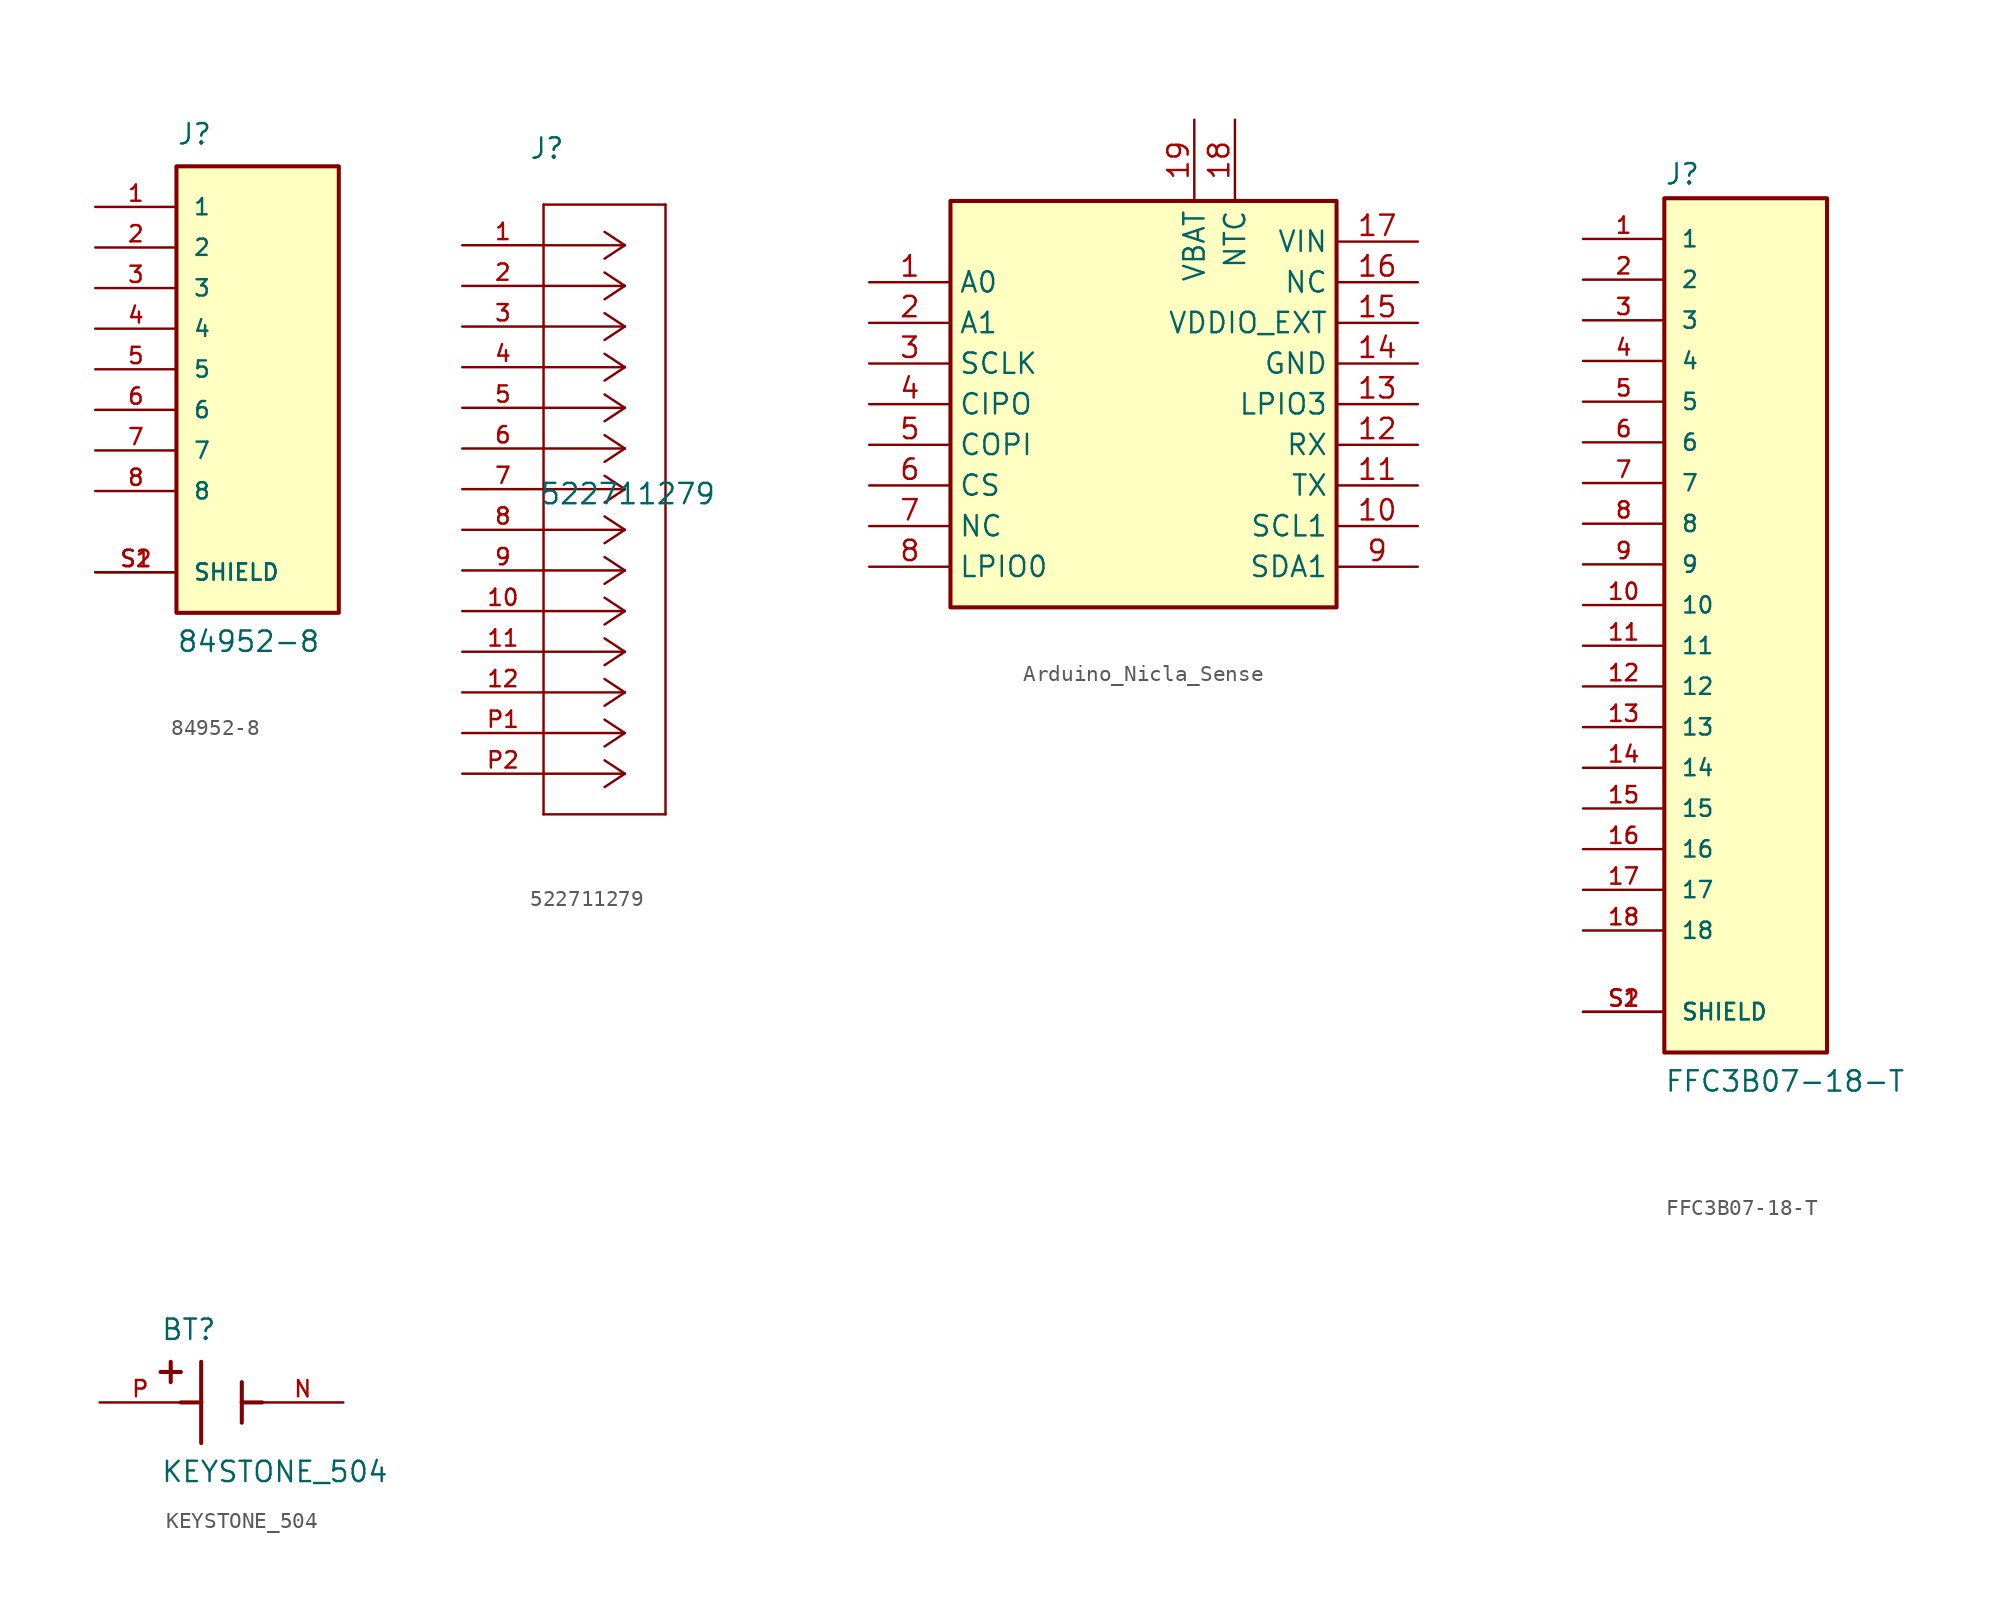
<source format=kicad_sym>
(kicad_symbol_lib
  (version 20241209)
  (generator "kicad_symbol_editor")
  (generator_version "9.0")
  (symbol "84952-8"
    (pin_names
      (offset 1.016))
    (property "Reference" "J"
      (at -5.08 13.97 0)
      (effects (font (size 1.27 1.27)) (justify left bottom)))
    (property "Value" "84952-8"
      (at -5.08 -17.78 0)
      (effects (font (size 1.27 1.27)) (justify left bottom)))
    (symbol "84952-8_0_0"
      (rectangle (start -5.08 -15.24) (end 5.08 12.7) (stroke (width 0.254) (type default)) (fill (type background)))
      (pin passive line (at -10.16 10.16 0) (length 5.08) (name "1" (effects (font (size 1.016 1.016)))) (number "1" (effects (font (size 1.016 1.016)))))
      (pin passive line (at -10.16 7.62 0) (length 5.08) (name "2" (effects (font (size 1.016 1.016)))) (number "2" (effects (font (size 1.016 1.016)))))
      (pin passive line (at -10.16 5.08 0) (length 5.08) (name "3" (effects (font (size 1.016 1.016)))) (number "3" (effects (font (size 1.016 1.016)))))
      (pin passive line (at -10.16 2.54 0) (length 5.08) (name "4" (effects (font (size 1.016 1.016)))) (number "4" (effects (font (size 1.016 1.016)))))
      (pin passive line (at -10.16 0 0) (length 5.08) (name "5" (effects (font (size 1.016 1.016)))) (number "5" (effects (font (size 1.016 1.016)))))
      (pin passive line (at -10.16 -2.54 0) (length 5.08) (name "6" (effects (font (size 1.016 1.016)))) (number "6" (effects (font (size 1.016 1.016)))))
      (pin passive line (at -10.16 -5.08 0) (length 5.08) (name "7" (effects (font (size 1.016 1.016)))) (number "7" (effects (font (size 1.016 1.016)))))
      (pin passive line (at -10.16 -7.62 0) (length 5.08) (name "8" (effects (font (size 1.016 1.016)))) (number "8" (effects (font (size 1.016 1.016)))))
      (pin passive line (at -10.16 -12.7 0) (length 5.08) (name "SHIELD" (effects (font (size 1.016 1.016)))) (number "S1" (effects (font (size 1.016 1.016)))))
      (pin passive line (at -10.16 -12.7 0) (length 5.08) (name "SHIELD" (effects (font (size 1.016 1.016)))) (number "S2" (effects (font (size 1.016 1.016)))))))
  (symbol "522711279"
    (pin_names
      (offset 1.016))
    (property "Reference" "J"
      (at 4.166 5.309 0)
      (effects (font (size 1.27 1.27)) (justify left bottom)))
    (property "Value" "522711279"
      (at 4.801 -16.281 0)
      (effects (font (size 1.27 1.27)) (justify left bottom)))
    (symbol "522711279_0_0"
      (polyline (pts (xy 5.08 2.54) (xy 5.08 -35.56)) (stroke (width 0.152) (type default)) (fill (type none)))
      (polyline (pts (xy 5.08 -35.56) (xy 12.7 -35.56)) (stroke (width 0.152) (type default)) (fill (type none)))
      (polyline (pts (xy 10.16 0) (xy 5.08 0)) (stroke (width 0.152) (type default)) (fill (type none)))
      (polyline (pts (xy 10.16 0) (xy 8.89 0.838)) (stroke (width 0.152) (type default)) (fill (type none)))
      (polyline (pts (xy 10.16 0) (xy 8.89 -0.838)) (stroke (width 0.152) (type default)) (fill (type none)))
      (polyline (pts (xy 10.16 -2.54) (xy 5.08 -2.54)) (stroke (width 0.152) (type default)) (fill (type none)))
      (polyline (pts (xy 10.16 -2.54) (xy 8.89 -1.702)) (stroke (width 0.152) (type default)) (fill (type none)))
      (polyline (pts (xy 10.16 -2.54) (xy 8.89 -3.378)) (stroke (width 0.152) (type default)) (fill (type none)))
      (polyline (pts (xy 10.16 -5.08) (xy 5.08 -5.08)) (stroke (width 0.152) (type default)) (fill (type none)))
      (polyline (pts (xy 10.16 -5.08) (xy 8.89 -4.242)) (stroke (width 0.152) (type default)) (fill (type none)))
      (polyline (pts (xy 10.16 -5.08) (xy 8.89 -5.918)) (stroke (width 0.152) (type default)) (fill (type none)))
      (polyline (pts (xy 10.16 -7.62) (xy 5.08 -7.62)) (stroke (width 0.152) (type default)) (fill (type none)))
      (polyline (pts (xy 10.16 -7.62) (xy 8.89 -6.782)) (stroke (width 0.152) (type default)) (fill (type none)))
      (polyline (pts (xy 10.16 -7.62) (xy 8.89 -8.458)) (stroke (width 0.152) (type default)) (fill (type none)))
      (polyline (pts (xy 10.16 -10.16) (xy 5.08 -10.16)) (stroke (width 0.152) (type default)) (fill (type none)))
      (polyline (pts (xy 10.16 -10.16) (xy 8.89 -9.322)) (stroke (width 0.152) (type default)) (fill (type none)))
      (polyline (pts (xy 10.16 -10.16) (xy 8.89 -10.998)) (stroke (width 0.152) (type default)) (fill (type none)))
      (polyline (pts (xy 10.16 -12.7) (xy 5.08 -12.7)) (stroke (width 0.152) (type default)) (fill (type none)))
      (polyline (pts (xy 10.16 -12.7) (xy 8.89 -11.862)) (stroke (width 0.152) (type default)) (fill (type none)))
      (polyline (pts (xy 10.16 -12.7) (xy 8.89 -13.538)) (stroke (width 0.152) (type default)) (fill (type none)))
      (polyline (pts (xy 10.16 -15.24) (xy 5.08 -15.24)) (stroke (width 0.152) (type default)) (fill (type none)))
      (polyline (pts (xy 10.16 -15.24) (xy 8.89 -14.402)) (stroke (width 0.152) (type default)) (fill (type none)))
      (polyline (pts (xy 10.16 -15.24) (xy 8.89 -16.078)) (stroke (width 0.152) (type default)) (fill (type none)))
      (polyline (pts (xy 10.16 -17.78) (xy 5.08 -17.78)) (stroke (width 0.152) (type default)) (fill (type none)))
      (polyline (pts (xy 10.16 -17.78) (xy 8.89 -16.942)) (stroke (width 0.152) (type default)) (fill (type none)))
      (polyline (pts (xy 10.16 -17.78) (xy 8.89 -18.618)) (stroke (width 0.152) (type default)) (fill (type none)))
      (polyline (pts (xy 10.16 -20.32) (xy 5.08 -20.32)) (stroke (width 0.152) (type default)) (fill (type none)))
      (polyline (pts (xy 10.16 -20.32) (xy 8.89 -19.482)) (stroke (width 0.152) (type default)) (fill (type none)))
      (polyline (pts (xy 10.16 -20.32) (xy 8.89 -21.158)) (stroke (width 0.152) (type default)) (fill (type none)))
      (polyline (pts (xy 10.16 -22.86) (xy 5.08 -22.86)) (stroke (width 0.152) (type default)) (fill (type none)))
      (polyline (pts (xy 10.16 -22.86) (xy 8.89 -22.022)) (stroke (width 0.152) (type default)) (fill (type none)))
      (polyline (pts (xy 10.16 -22.86) (xy 8.89 -23.698)) (stroke (width 0.152) (type default)) (fill (type none)))
      (polyline (pts (xy 10.16 -25.4) (xy 5.08 -25.4)) (stroke (width 0.152) (type default)) (fill (type none)))
      (polyline (pts (xy 10.16 -25.4) (xy 8.89 -24.562)) (stroke (width 0.152) (type default)) (fill (type none)))
      (polyline (pts (xy 10.16 -25.4) (xy 8.89 -26.238)) (stroke (width 0.152) (type default)) (fill (type none)))
      (polyline (pts (xy 10.16 -27.94) (xy 5.08 -27.94)) (stroke (width 0.152) (type default)) (fill (type none)))
      (polyline (pts (xy 10.16 -27.94) (xy 8.89 -27.102)) (stroke (width 0.152) (type default)) (fill (type none)))
      (polyline (pts (xy 10.16 -27.94) (xy 8.89 -28.778)) (stroke (width 0.152) (type default)) (fill (type none)))
      (polyline (pts (xy 10.16 -30.48) (xy 5.08 -30.48)) (stroke (width 0.152) (type default)) (fill (type none)))
      (polyline (pts (xy 10.16 -30.48) (xy 8.89 -29.642)) (stroke (width 0.152) (type default)) (fill (type none)))
      (polyline (pts (xy 10.16 -30.48) (xy 8.89 -31.318)) (stroke (width 0.152) (type default)) (fill (type none)))
      (polyline (pts (xy 10.16 -33.02) (xy 5.08 -33.02)) (stroke (width 0.152) (type default)) (fill (type none)))
      (polyline (pts (xy 10.16 -33.02) (xy 8.89 -32.182)) (stroke (width 0.152) (type default)) (fill (type none)))
      (polyline (pts (xy 10.16 -33.02) (xy 8.89 -33.858)) (stroke (width 0.152) (type default)) (fill (type none)))
      (polyline (pts (xy 12.7 2.54) (xy 5.08 2.54)) (stroke (width 0.152) (type default)) (fill (type none)))
      (polyline (pts (xy 12.7 -35.56) (xy 12.7 2.54)) (stroke (width 0.152) (type default)) (fill (type none)))
      (pin passive line (at 0 0 0) (length 5.08) (name "~" (effects (font (size 1.016 1.016)))) (number "1" (effects (font (size 1.016 1.016)))))
      (pin passive line (at 0 -2.54 0) (length 5.08) (name "~" (effects (font (size 1.016 1.016)))) (number "2" (effects (font (size 1.016 1.016)))))
      (pin passive line (at 0 -5.08 0) (length 5.08) (name "~" (effects (font (size 1.016 1.016)))) (number "3" (effects (font (size 1.016 1.016)))))
      (pin passive line (at 0 -7.62 0) (length 5.08) (name "~" (effects (font (size 1.016 1.016)))) (number "4" (effects (font (size 1.016 1.016)))))
      (pin passive line (at 0 -10.16 0) (length 5.08) (name "~" (effects (font (size 1.016 1.016)))) (number "5" (effects (font (size 1.016 1.016)))))
      (pin passive line (at 0 -12.7 0) (length 5.08) (name "~" (effects (font (size 1.016 1.016)))) (number "6" (effects (font (size 1.016 1.016)))))
      (pin passive line (at 0 -15.24 0) (length 5.08) (name "~" (effects (font (size 1.016 1.016)))) (number "7" (effects (font (size 1.016 1.016)))))
      (pin passive line (at 0 -17.78 0) (length 5.08) (name "~" (effects (font (size 1.016 1.016)))) (number "8" (effects (font (size 1.016 1.016)))))
      (pin passive line (at 0 -20.32 0) (length 5.08) (name "~" (effects (font (size 1.016 1.016)))) (number "9" (effects (font (size 1.016 1.016)))))
      (pin passive line (at 0 -22.86 0) (length 5.08) (name "~" (effects (font (size 1.016 1.016)))) (number "10" (effects (font (size 1.016 1.016)))))
      (pin passive line (at 0 -25.4 0) (length 5.08) (name "~" (effects (font (size 1.016 1.016)))) (number "11" (effects (font (size 1.016 1.016)))))
      (pin passive line (at 0 -27.94 0) (length 5.08) (name "~" (effects (font (size 1.016 1.016)))) (number "12" (effects (font (size 1.016 1.016)))))
      (pin passive line (at 0 -30.48 0) (length 5.08) (name "~" (effects (font (size 1.016 1.016)))) (number "P1" (effects (font (size 1.016 1.016)))))
      (pin passive line (at 0 -33.02 0) (length 5.08) (name "~" (effects (font (size 1.016 1.016)))) (number "P2" (effects (font (size 1.016 1.016)))))))
  (symbol "Arduino_Nicla_Sense"
    (property "Reference" "U"
      (at 3.556 -2.54 0)
      (effects (font (size 1.27 1.27)) (hide yes)))
    (property "Value" ""
      (at 0 0 0)
      (effects (font (size 1.27 1.27))))
    (symbol "Arduino_Nicla_Sense_0_1"
      (rectangle (start -7.62 10.16) (end 16.51 -15.24) (stroke (width 0.254) (type default)) (fill (type background))))
    (symbol "Arduino_Nicla_Sense_1_1"
      (pin input line (at -12.7 5.08 0) (length 5.08) (name "A0" (effects (font (size 1.27 1.27)))) (number "1" (effects (font (size 1.27 1.27)))))
      (pin input line (at -12.7 2.54 0) (length 5.08) (name "A1" (effects (font (size 1.27 1.27)))) (number "2" (effects (font (size 1.27 1.27)))))
      (pin input line (at -12.7 0 0) (length 5.08) (name "SCLK" (effects (font (size 1.27 1.27)))) (number "3" (effects (font (size 1.27 1.27)))))
      (pin input line (at -12.7 -2.54 0) (length 5.08) (name "CIPO" (effects (font (size 1.27 1.27)))) (number "4" (effects (font (size 1.27 1.27)))))
      (pin input line (at -12.7 -5.08 0) (length 5.08) (name "COPI" (effects (font (size 1.27 1.27)))) (number "5" (effects (font (size 1.27 1.27)))))
      (pin input line (at -12.7 -7.62 0) (length 5.08) (name "CS" (effects (font (size 1.27 1.27)))) (number "6" (effects (font (size 1.27 1.27)))))
      (pin input line (at -12.7 -10.16 0) (length 5.08) (name "NC" (effects (font (size 1.27 1.27)))) (number "7" (effects (font (size 1.27 1.27)))))
      (pin input line (at -12.7 -12.7 0) (length 5.08) (name "LPIO0" (effects (font (size 1.27 1.27)))) (number "8" (effects (font (size 1.27 1.27)))))
      (pin input line (at 7.62 15.24 270) (length 5.08) (name "VBAT" (effects (font (size 1.27 1.27)))) (number "19" (effects (font (size 1.27 1.27)))))
      (pin input line (at 10.16 15.24 270) (length 5.08) (name "NTC" (effects (font (size 1.27 1.27)))) (number "18" (effects (font (size 1.27 1.27)))))
      (pin input line (at 21.59 7.62 180) (length 5.08) (name "VIN" (effects (font (size 1.27 1.27)))) (number "17" (effects (font (size 1.27 1.27)))))
      (pin input line (at 21.59 5.08 180) (length 5.08) (name "NC" (effects (font (size 1.27 1.27)))) (number "16" (effects (font (size 1.27 1.27)))))
      (pin input line (at 21.59 2.54 180) (length 5.08) (name "VDDIO_EXT" (effects (font (size 1.27 1.27)))) (number "15" (effects (font (size 1.27 1.27)))))
      (pin input line (at 21.59 0 180) (length 5.08) (name "GND" (effects (font (size 1.27 1.27)))) (number "14" (effects (font (size 1.27 1.27)))))
      (pin input line (at 21.59 -2.54 180) (length 5.08) (name "LPIO3" (effects (font (size 1.27 1.27)))) (number "13" (effects (font (size 1.27 1.27)))))
      (pin input line (at 21.59 -5.08 180) (length 5.08) (name "RX" (effects (font (size 1.27 1.27)))) (number "12" (effects (font (size 1.27 1.27)))))
      (pin input line (at 21.59 -7.62 180) (length 5.08) (name "TX" (effects (font (size 1.27 1.27)))) (number "11" (effects (font (size 1.27 1.27)))))
      (pin input line (at 21.59 -10.16 180) (length 5.08) (name "SCL1" (effects (font (size 1.27 1.27)))) (number "10" (effects (font (size 1.27 1.27)))))
      (pin input line (at 21.59 -12.7 180) (length 5.08) (name "SDA1" (effects (font (size 1.27 1.27)))) (number "9" (effects (font (size 1.27 1.27)))))))
  (symbol "FFC3B07-18-T"
    (pin_names
      (offset 1.016))
    (property "Reference" "J"
      (at -5.08 26.162 0)
      (effects (font (size 1.27 1.27)) (justify left bottom)))
    (property "Value" "FFC3B07-18-T"
      (at -5.08 -30.48 0)
      (effects (font (size 1.27 1.27)) (justify left bottom)))
    (symbol "FFC3B07-18-T_0_0"
      (rectangle (start -5.08 -27.94) (end 5.08 25.4) (stroke (width 0.254) (type default)) (fill (type background)))
      (pin passive line (at -10.16 22.86 0) (length 5.08) (name "1" (effects (font (size 1.016 1.016)))) (number "1" (effects (font (size 1.016 1.016)))))
      (pin passive line (at -10.16 20.32 0) (length 5.08) (name "2" (effects (font (size 1.016 1.016)))) (number "2" (effects (font (size 1.016 1.016)))))
      (pin passive line (at -10.16 17.78 0) (length 5.08) (name "3" (effects (font (size 1.016 1.016)))) (number "3" (effects (font (size 1.016 1.016)))))
      (pin passive line (at -10.16 15.24 0) (length 5.08) (name "4" (effects (font (size 1.016 1.016)))) (number "4" (effects (font (size 1.016 1.016)))))
      (pin passive line (at -10.16 12.7 0) (length 5.08) (name "5" (effects (font (size 1.016 1.016)))) (number "5" (effects (font (size 1.016 1.016)))))
      (pin passive line (at -10.16 10.16 0) (length 5.08) (name "6" (effects (font (size 1.016 1.016)))) (number "6" (effects (font (size 1.016 1.016)))))
      (pin passive line (at -10.16 7.62 0) (length 5.08) (name "7" (effects (font (size 1.016 1.016)))) (number "7" (effects (font (size 1.016 1.016)))))
      (pin passive line (at -10.16 5.08 0) (length 5.08) (name "8" (effects (font (size 1.016 1.016)))) (number "8" (effects (font (size 1.016 1.016)))))
      (pin passive line (at -10.16 2.54 0) (length 5.08) (name "9" (effects (font (size 1.016 1.016)))) (number "9" (effects (font (size 1.016 1.016)))))
      (pin passive line (at -10.16 0 0) (length 5.08) (name "10" (effects (font (size 1.016 1.016)))) (number "10" (effects (font (size 1.016 1.016)))))
      (pin passive line (at -10.16 -2.54 0) (length 5.08) (name "11" (effects (font (size 1.016 1.016)))) (number "11" (effects (font (size 1.016 1.016)))))
      (pin passive line (at -10.16 -5.08 0) (length 5.08) (name "12" (effects (font (size 1.016 1.016)))) (number "12" (effects (font (size 1.016 1.016)))))
      (pin passive line (at -10.16 -7.62 0) (length 5.08) (name "13" (effects (font (size 1.016 1.016)))) (number "13" (effects (font (size 1.016 1.016)))))
      (pin passive line (at -10.16 -10.16 0) (length 5.08) (name "14" (effects (font (size 1.016 1.016)))) (number "14" (effects (font (size 1.016 1.016)))))
      (pin passive line (at -10.16 -12.7 0) (length 5.08) (name "15" (effects (font (size 1.016 1.016)))) (number "15" (effects (font (size 1.016 1.016)))))
      (pin passive line (at -10.16 -15.24 0) (length 5.08) (name "16" (effects (font (size 1.016 1.016)))) (number "16" (effects (font (size 1.016 1.016)))))
      (pin passive line (at -10.16 -17.78 0) (length 5.08) (name "17" (effects (font (size 1.016 1.016)))) (number "17" (effects (font (size 1.016 1.016)))))
      (pin passive line (at -10.16 -20.32 0) (length 5.08) (name "18" (effects (font (size 1.016 1.016)))) (number "18" (effects (font (size 1.016 1.016)))))
      (pin passive line (at -10.16 -25.4 0) (length 5.08) (name "SHIELD" (effects (font (size 1.016 1.016)))) (number "S1" (effects (font (size 1.016 1.016)))))
      (pin passive line (at -10.16 -25.4 0) (length 5.08) (name "SHIELD" (effects (font (size 1.016 1.016)))) (number "S2" (effects (font (size 1.016 1.016)))))))
  (symbol "KEYSTONE_504"
    (pin_names
      (offset 1.016))
    (property "Reference" "BT"
      (at -3.81 3.81 0)
      (effects (font (size 1.27 1.27)) (justify left bottom)))
    (property "Value" "KEYSTONE_504"
      (at -3.81 -5.08 0)
      (effects (font (size 1.27 1.27)) (justify left bottom)))
    (symbol "KEYSTONE_504_0_0"
      (polyline (pts (xy -3.81 1.905) (xy -2.54 1.905)) (stroke (width 0.254) (type default)) (fill (type none)))
      (polyline (pts (xy -3.175 2.54) (xy -3.175 1.27)) (stroke (width 0.254) (type default)) (fill (type none)))
      (polyline (pts (xy -1.27 2.54) (xy -1.27 0)) (stroke (width 0.254) (type default)) (fill (type none)))
      (polyline (pts (xy -1.27 0) (xy -2.54 0)) (stroke (width 0.254) (type default)) (fill (type none)))
      (polyline (pts (xy -1.27 0) (xy -1.27 -2.54)) (stroke (width 0.254) (type default)) (fill (type none)))
      (polyline (pts (xy 1.27 1.27) (xy 1.27 0)) (stroke (width 0.254) (type default)) (fill (type none)))
      (polyline (pts (xy 1.27 0) (xy 1.27 -1.27)) (stroke (width 0.254) (type default)) (fill (type none)))
      (polyline (pts (xy 1.27 0) (xy 2.54 0)) (stroke (width 0.254) (type default)) (fill (type none)))
      (pin passive line (at -7.62 0 0) (length 5.08) (name "~" (effects (font (size 1.016 1.016)))) (number "P" (effects (font (size 1.016 1.016)))))
      (pin passive line (at 7.62 0 180) (length 5.08) (name "~" (effects (font (size 1.016 1.016)))) (number "N" (effects (font (size 1.016 1.016))))))))
</source>
